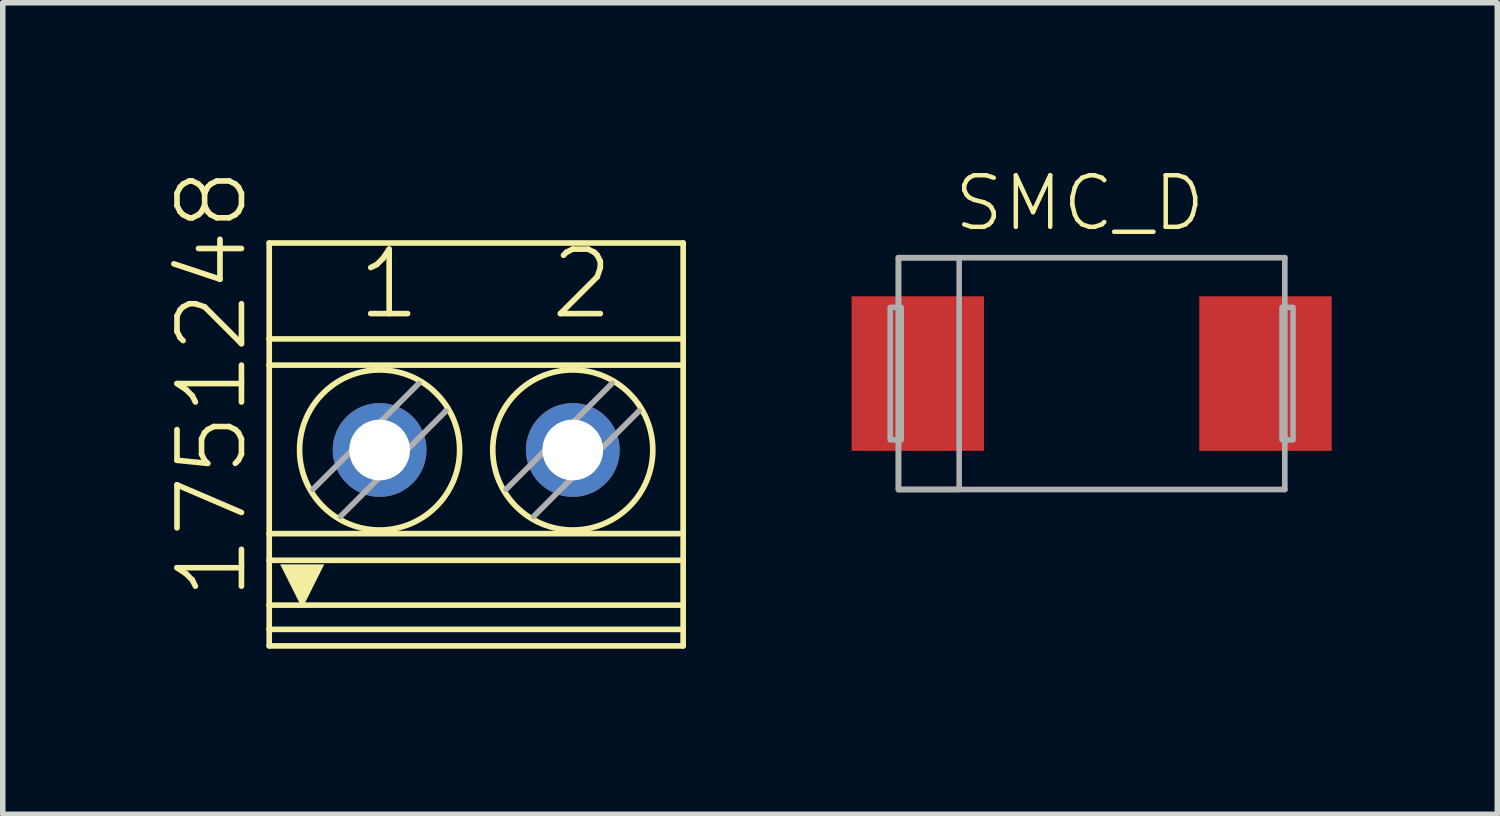
<source format=kicad_pcb>
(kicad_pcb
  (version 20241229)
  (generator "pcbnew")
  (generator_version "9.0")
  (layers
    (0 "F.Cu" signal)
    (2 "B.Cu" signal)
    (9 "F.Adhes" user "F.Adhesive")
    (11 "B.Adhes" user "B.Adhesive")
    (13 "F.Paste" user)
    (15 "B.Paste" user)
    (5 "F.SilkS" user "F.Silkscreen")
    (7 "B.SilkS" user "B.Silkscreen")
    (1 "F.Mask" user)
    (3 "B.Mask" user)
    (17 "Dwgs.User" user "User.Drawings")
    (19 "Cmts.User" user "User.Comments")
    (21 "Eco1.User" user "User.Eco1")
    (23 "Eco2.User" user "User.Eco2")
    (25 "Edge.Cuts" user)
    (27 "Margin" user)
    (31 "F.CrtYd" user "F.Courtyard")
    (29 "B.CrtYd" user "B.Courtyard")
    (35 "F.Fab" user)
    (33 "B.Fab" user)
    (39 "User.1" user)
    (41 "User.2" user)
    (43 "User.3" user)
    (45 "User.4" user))
  (footprint "SMC_D"
    (layer "F.Cu")
    (at 16.729 3.719)
    (property "Reference" "SMC_D" (at -2.54 -2.54 0) (layer "F.SilkS") (effects (font (size 0.935 0.935) (thickness 0.081)) (justify left bottom)))
    (fp_line (start -3.5 -2.1) (end 3.5 -2.1) (stroke (width 0.102) (type solid)) (layer "F.Fab"))
    (fp_line (start -3.5 2.1) (end -3.5 -2.1) (stroke (width 0.102) (type solid)) (layer "F.Fab"))
    (fp_line (start 3.5 -2.1) (end 3.5 2.1) (stroke (width 0.102) (type solid)) (layer "F.Fab"))
    (fp_line (start 3.5 2.1) (end -3.5 2.1) (stroke (width 0.102) (type solid)) (layer "F.Fab"))
    (fp_poly (pts (xy -3.65 1.2) (xy -3.45 1.2) (xy -3.45 -1.2) (xy -3.65 -1.2)) (stroke (width 0.1) (type default)) (fill no) (layer "F.Fab"))
    (fp_poly (pts (xy -3.5 2.1) (xy -2.4 2.1) (xy -2.4 -2.1) (xy -3.5 -2.1)) (stroke (width 0.1) (type default)) (fill no) (layer "F.Fab"))
    (fp_poly (pts (xy 3.65 -1.2) (xy 3.45 -1.2) (xy 3.45 1.2) (xy 3.65 1.2)) (stroke (width 0.1) (type default)) (fill no) (layer "F.Fab"))
    (pad "+" smd rect (at -3.15 0) (size 2.4 2.8) (layers "F.Cu" "F.Mask" "F.Paste"))
    (pad "-" smd rect (at 3.15 0 180) (size 2.4 2.8) (layers "F.Cu" "F.Mask" "F.Paste")))
  (footprint "1751248"
    (layer "F.Cu")
    (at 5.578 5.003)
    (property "Reference" "1751248" (at -4.105 2.857 90) (layer "F.SilkS") (effects (font (size 1.168 1.168) (thickness 0.102)) (justify left bottom)))
    (fp_line (start -3.75 -3.65) (end -3.75 -1.912) (stroke (width 0.102) (type solid)) (layer "F.SilkS"))
    (fp_line (start -3.75 -3.65) (end 3.75 -3.65) (stroke (width 0.102) (type solid)) (layer "F.SilkS"))
    (fp_line (start -3.75 -1.912) (end -3.75 -1.437) (stroke (width 0.102) (type solid)) (layer "F.SilkS"))
    (fp_line (start -3.75 -1.912) (end 3.75 -1.912) (stroke (width 0.102) (type solid)) (layer "F.SilkS"))
    (fp_line (start -3.75 1.616) (end -3.75 -1.437) (stroke (width 0.102) (type solid)) (layer "F.SilkS"))
    (fp_line (start -3.75 1.616) (end -3.75 2.099) (stroke (width 0.102) (type solid)) (layer "F.SilkS"))
    (fp_line (start -3.75 1.616) (end 3.75 1.616) (stroke (width 0.102) (type solid)) (layer "F.SilkS"))
    (fp_line (start -3.75 2.099) (end -3.75 2.911) (stroke (width 0.102) (type solid)) (layer "F.SilkS"))
    (fp_line (start -3.75 2.911) (end -3.75 3.35) (stroke (width 0.102) (type solid)) (layer "F.SilkS"))
    (fp_line (start -3.75 3.35) (end -3.75 3.65) (stroke (width 0.102) (type solid)) (layer "F.SilkS"))
    (fp_line (start -3.75 3.35) (end 3.75 3.35) (stroke (width 0.102) (type solid)) (layer "F.SilkS"))
    (fp_line (start -3.75 3.65) (end 3.75 3.65) (stroke (width 0.102) (type solid)) (layer "F.SilkS"))
    (fp_line (start -0.544 -0.611) (end -0.55 -0.605) (stroke (width 0.102) (type solid)) (layer "F.SilkS"))
    (fp_line (start 2.956 -0.611) (end 2.95 -0.605) (stroke (width 0.102) (type solid)) (layer "F.SilkS"))
    (fp_line (start 3.75 -3.65) (end 3.75 -1.912) (stroke (width 0.102) (type solid)) (layer "F.SilkS"))
    (fp_line (start 3.75 -1.437) (end -3.75 -1.437) (stroke (width 0.102) (type solid)) (layer "F.SilkS"))
    (fp_line (start 3.75 -1.437) (end 3.75 -1.912) (stroke (width 0.102) (type solid)) (layer "F.SilkS"))
    (fp_line (start 3.75 1.616) (end 3.75 -1.437) (stroke (width 0.102) (type solid)) (layer "F.SilkS"))
    (fp_line (start 3.75 1.616) (end 3.75 2.099) (stroke (width 0.102) (type solid)) (layer "F.SilkS"))
    (fp_line (start 3.75 2.099) (end -3.75 2.099) (stroke (width 0.102) (type solid)) (layer "F.SilkS"))
    (fp_line (start 3.75 2.099) (end 3.75 2.911) (stroke (width 0.102) (type solid)) (layer "F.SilkS"))
    (fp_line (start 3.75 2.911) (end -3.75 2.911) (stroke (width 0.102) (type solid)) (layer "F.SilkS"))
    (fp_line (start 3.75 2.911) (end 3.75 3.35) (stroke (width 0.102) (type solid)) (layer "F.SilkS"))
    (fp_line (start 3.75 3.35) (end 3.75 3.65) (stroke (width 0.102) (type solid)) (layer "F.SilkS"))
    (fp_circle (center -1.75 0.1) (end -0.3 0.1) (stroke (width 0.102) (type solid)) (fill no) (layer "F.SilkS"))
    (fp_circle (center 1.75 0.1) (end 3.2 0.1) (stroke (width 0.102) (type solid)) (fill no) (layer "F.SilkS"))
    (fp_poly (pts (xy -3.152 2.971) (xy -3.552 2.172) (xy -2.753 2.172)) (stroke (width 0) (type default)) (fill yes) (layer "F.SilkS"))
    (fp_line (start -2.956 0.811) (end -1.039 -1.106) (stroke (width 0.102) (type solid)) (layer "F.Fab"))
    (fp_line (start -0.55 -0.605) (end -2.461 1.306) (stroke (width 0.102) (type solid)) (layer "F.Fab"))
    (fp_line (start 0.544 0.811) (end 2.461 -1.106) (stroke (width 0.102) (type solid)) (layer "F.Fab"))
    (fp_line (start 2.95 -0.605) (end 1.039 1.306) (stroke (width 0.102) (type solid)) (layer "F.Fab"))
    (fp_text user "2" (at 1.292 -2.223 0) (layer "F.SilkS") (effects (font (size 1.168 1.168) (thickness 0.102)) (justify left bottom)))
    (fp_text user "1" (at -2.2 -2.223 0) (layer "F.SilkS") (effects (font (size 1.168 1.168) (thickness 0.102)) (justify left bottom)))
    (pad "1" thru_hole circle (at -1.75 0.1 90) (size 1.7 1.7) (drill 1.1) (layers "*.Cu" "*.Mask"))
    (pad "2" thru_hole circle (at 1.75 0.1 90) (size 1.7 1.7) (drill 1.1) (layers "*.Cu" "*.Mask")))
  (gr_rect
    (start -3 -3)
    (end 24.079 11.704)
    (stroke (width 0.1) (type default))
    (fill no)
    (layer "Edge.Cuts")))
</source>
